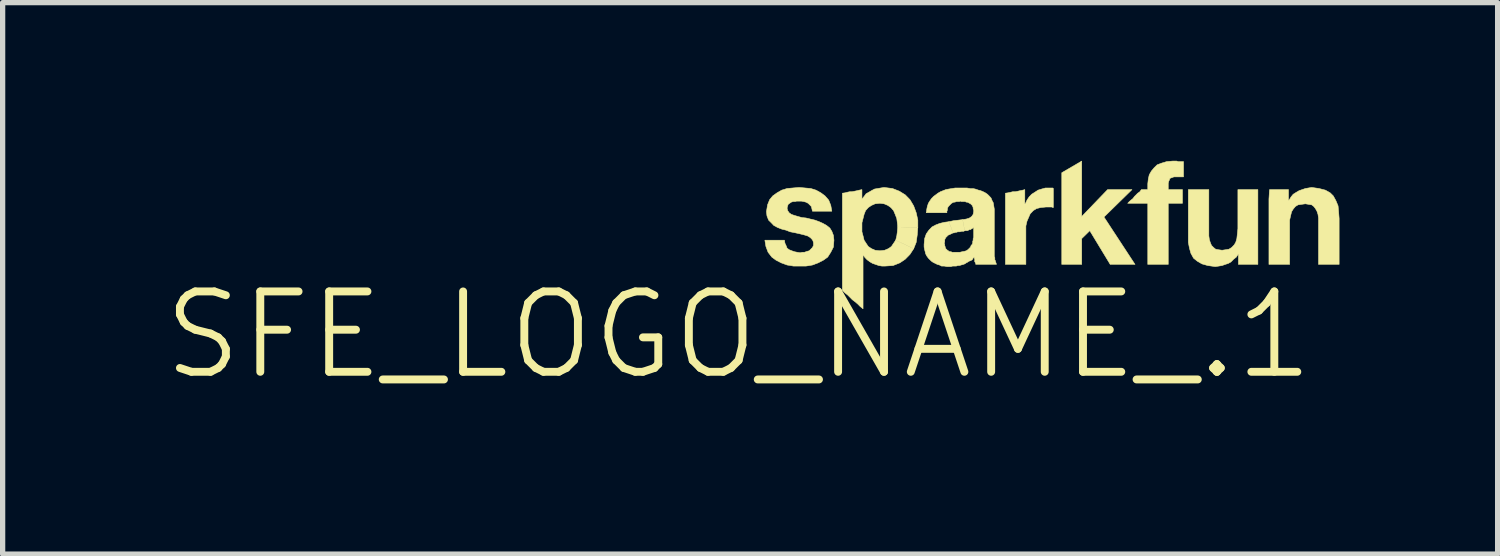
<source format=kicad_pcb>
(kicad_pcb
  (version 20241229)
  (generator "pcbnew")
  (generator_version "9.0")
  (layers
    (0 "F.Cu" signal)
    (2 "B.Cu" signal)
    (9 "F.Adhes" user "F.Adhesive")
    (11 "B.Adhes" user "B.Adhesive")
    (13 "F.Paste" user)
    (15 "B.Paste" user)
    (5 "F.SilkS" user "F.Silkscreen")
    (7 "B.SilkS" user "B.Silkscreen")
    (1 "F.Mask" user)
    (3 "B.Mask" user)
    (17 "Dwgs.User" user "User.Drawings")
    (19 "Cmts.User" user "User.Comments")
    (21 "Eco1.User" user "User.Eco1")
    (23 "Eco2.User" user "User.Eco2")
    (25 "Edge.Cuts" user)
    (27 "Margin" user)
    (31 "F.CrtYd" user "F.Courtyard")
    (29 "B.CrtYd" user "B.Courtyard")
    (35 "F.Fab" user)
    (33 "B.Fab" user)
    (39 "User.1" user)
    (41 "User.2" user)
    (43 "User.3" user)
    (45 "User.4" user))
  (footprint "SFE_LOGO_NAME_.1"
    (layer "F.Cu")
    (at 10.958 3.304)
    (property "Reference" "SFE_LOGO_NAME_.1" (at 0 0 0) (layer "F.SilkS") (effects (font (size 1.524 1.524) (thickness 0.15))))
    (attr exclude_from_pos_files exclude_from_bom)
    (fp_poly (pts (xy 2.979 -1.798) (xy 3 -1.88) (xy 3.01 -1.958) (xy 3.018 -2.05) (xy 3.399 -2.04) (xy 3.388 -1.9) (xy 3.368 -1.758) (xy 3.32 -1.638)) (stroke (width 0.01) (type solid)) (fill yes) (layer "F.SilkS"))
    (fp_poly (pts (xy 6.129 -3.078) (xy 6.507 -3.299) (xy 6.507 -2.248) (xy 6.998 -2.758) (xy 7.46 -2.758) (xy 6.929 -2.238) (xy 7.518 -1.339) (xy 7.048 -1.339) (xy 6.66 -1.979) (xy 6.507 -1.829) (xy 6.507 -1.339) (xy 6.129 -1.339)) (stroke (width 0.01) (type solid)) (fill yes) (layer "F.SilkS"))
    (fp_poly (pts (xy 3.988 -2.149) (xy 4.079 -2.169) (xy 4.168 -2.179) (xy 4.249 -2.189) (xy 4.288 -1.979) (xy 4.27 -1.968) (xy 4.229 -1.968) (xy 4.199 -1.958) (xy 4.158 -1.958) (xy 4.128 -1.948) (xy 4.11 -1.948) (xy 4.089 -1.938) (xy 4.069 -1.938)) (stroke (width 0.01) (type solid)) (fill yes) (layer "F.SilkS"))
    (fp_poly (pts (xy 5.06 -2.69) (xy 5.108 -2.697) (xy 5.159 -2.708) (xy 5.199 -2.718) (xy 5.248 -2.718) (xy 5.298 -2.728) (xy 5.339 -2.738) (xy 5.39 -2.748) (xy 5.428 -2.758) (xy 5.428 -2.489) (xy 5.438 -2.489) (xy 5.469 -2.558) (xy 5.509 -2.619) (xy 5.558 -2.67) (xy 5.618 -2.708) (xy 5.679 -2.748) (xy 5.748 -2.769) (xy 5.819 -2.789) (xy 5.959 -2.789) (xy 5.969 -2.779) (xy 5.969 -2.418) (xy 5.959 -2.418) (xy 5.939 -2.428) (xy 5.829 -2.428) (xy 5.728 -2.418) (xy 5.649 -2.398) (xy 5.588 -2.36) (xy 5.53 -2.299) (xy 5.499 -2.228) (xy 5.469 -2.159) (xy 5.448 -2.068) (xy 5.448 -1.339) (xy 5.06 -1.339) (xy 5.06 -2.52)) (stroke (width 0.01) (type solid)) (fill yes) (layer "F.SilkS"))
    (fp_poly (pts (xy 7.76 -2.499) (xy 7.379 -2.499) (xy 7.409 -2.53) (xy 7.44 -2.558) (xy 7.478 -2.588) (xy 7.508 -2.629) (xy 7.539 -2.659) (xy 7.569 -2.69) (xy 7.61 -2.718) (xy 7.638 -2.758) (xy 7.76 -2.758) (xy 7.76 -2.868) (xy 7.77 -2.959) (xy 7.788 -3.038) (xy 7.828 -3.109) (xy 7.879 -3.17) (xy 7.938 -3.228) (xy 8.019 -3.259) (xy 8.118 -3.289) (xy 8.23 -3.299) (xy 8.308 -3.299) (xy 8.339 -3.289) (xy 8.438 -3.289) (xy 8.438 -3) (xy 8.258 -3) (xy 8.23 -2.99) (xy 8.199 -2.979) (xy 8.179 -2.969) (xy 8.169 -2.939) (xy 8.158 -2.918) (xy 8.148 -2.878) (xy 8.148 -2.758) (xy 8.418 -2.758) (xy 8.418 -2.499) (xy 8.148 -2.499) (xy 8.148 -1.339) (xy 7.76 -1.339) (xy 7.76 -2.349)) (stroke (width 0.01) (type solid)) (fill yes) (layer "F.SilkS"))
    (fp_poly (pts (xy 9.848 -1.339) (xy 9.479 -1.339) (xy 9.479 -1.539) (xy 9.439 -1.478) (xy 9.388 -1.438) (xy 9.34 -1.389) (xy 9.289 -1.359) (xy 9.228 -1.339) (xy 9.169 -1.318) (xy 9.108 -1.308) (xy 9.04 -1.298) (xy 8.898 -1.318) (xy 8.788 -1.349) (xy 8.7 -1.4) (xy 8.628 -1.458) (xy 8.578 -1.549) (xy 8.55 -1.648) (xy 8.529 -1.758) (xy 8.529 -2.758) (xy 8.918 -2.758) (xy 8.918 -1.88) (xy 8.928 -1.808) (xy 8.948 -1.748) (xy 8.969 -1.699) (xy 9.009 -1.659) (xy 9.047 -1.628) (xy 9.098 -1.618) (xy 9.169 -1.608) (xy 9.238 -1.618) (xy 9.299 -1.628) (xy 9.35 -1.659) (xy 9.398 -1.709) (xy 9.428 -1.758) (xy 9.449 -1.829) (xy 9.459 -1.918) (xy 9.469 -2.019) (xy 9.469 -2.758) (xy 9.848 -2.758) (xy 9.848 -1.519)) (stroke (width 0.01) (type solid)) (fill yes) (layer "F.SilkS"))
    (fp_poly (pts (xy 10.069 -2.758) (xy 10.429 -2.758) (xy 10.429 -2.558) (xy 10.439 -2.558) (xy 10.477 -2.619) (xy 10.518 -2.67) (xy 10.579 -2.708) (xy 10.63 -2.738) (xy 10.688 -2.758) (xy 10.749 -2.779) (xy 10.808 -2.789) (xy 10.869 -2.799) (xy 11.008 -2.779) (xy 11.128 -2.748) (xy 11.219 -2.697) (xy 11.278 -2.639) (xy 11.328 -2.548) (xy 11.369 -2.449) (xy 11.379 -2.339) (xy 11.389 -2.21) (xy 11.389 -1.339) (xy 10.998 -1.339) (xy 10.998 -2.22) (xy 10.988 -2.289) (xy 10.968 -2.349) (xy 10.94 -2.398) (xy 10.909 -2.438) (xy 10.869 -2.469) (xy 10.808 -2.479) (xy 10.749 -2.489) (xy 10.678 -2.479) (xy 10.61 -2.469) (xy 10.559 -2.438) (xy 10.518 -2.388) (xy 10.488 -2.339) (xy 10.47 -2.268) (xy 10.45 -2.179) (xy 10.45 -1.339) (xy 10.058 -1.339) (xy 10.058 -2.578)) (stroke (width 0.01) (type solid)) (fill yes) (layer "F.SilkS"))
    (fp_poly (pts (xy 3.32 -1.638) (xy 3.249 -1.529) (xy 3.16 -1.438) (xy 3.058 -1.369) (xy 2.929 -1.318) (xy 2.779 -1.308) (xy 2.718 -1.308) (xy 2.659 -1.318) (xy 2.598 -1.339) (xy 2.54 -1.359) (xy 2.489 -1.389) (xy 2.438 -1.427) (xy 2.398 -1.468) (xy 2.36 -1.519) (xy 2.36 -0.498) (xy 2.309 -0.538) (xy 2.258 -0.589) (xy 2.21 -0.63) (xy 2.159 -0.668) (xy 2.108 -0.719) (xy 2.068 -0.759) (xy 2.019 -0.798) (xy 1.968 -0.848) (xy 1.968 -2.69) (xy 2.019 -2.697) (xy 2.06 -2.708) (xy 2.108 -2.718) (xy 2.149 -2.718) (xy 2.2 -2.728) (xy 2.248 -2.738) (xy 2.289 -2.748) (xy 2.339 -2.758) (xy 2.339 -2.578) (xy 2.38 -2.629) (xy 2.418 -2.68) (xy 2.469 -2.708) (xy 2.52 -2.738) (xy 2.578 -2.769) (xy 2.639 -2.779) (xy 2.697 -2.789) (xy 2.758 -2.799) (xy 2.918 -2.779) (xy 3.048 -2.728) (xy 3.16 -2.659) (xy 3.249 -2.568) (xy 3.32 -2.449) (xy 3.368 -2.319) (xy 3.399 -2.179) (xy 3.399 -2.04) (xy 3.018 -2.05) (xy 3.01 -2.129) (xy 3 -2.21) (xy 2.969 -2.289) (xy 2.939 -2.36) (xy 2.888 -2.418) (xy 2.83 -2.459) (xy 2.758 -2.489) (xy 2.68 -2.499) (xy 2.588 -2.489) (xy 2.52 -2.459) (xy 2.459 -2.418) (xy 2.408 -2.36) (xy 2.38 -2.289) (xy 2.36 -2.21) (xy 2.339 -2.129) (xy 2.339 -1.958) (xy 2.36 -1.88) (xy 2.38 -1.798) (xy 2.418 -1.74) (xy 2.459 -1.679) (xy 2.52 -1.638) (xy 2.588 -1.608) (xy 2.68 -1.598) (xy 2.769 -1.608) (xy 2.84 -1.638) (xy 2.898 -1.679) (xy 2.939 -1.74) (xy 2.979 -1.798)) (stroke (width 0.01) (type solid)) (fill yes) (layer "F.SilkS"))
    (fp_poly (pts (xy 0.869 -1.798) (xy 0.879 -1.74) (xy 0.899 -1.699) (xy 0.919 -1.648) (xy 0.958 -1.618) (xy 1.008 -1.598) (xy 1.059 -1.58) (xy 1.11 -1.57) (xy 1.168 -1.56) (xy 1.209 -1.57) (xy 1.25 -1.57) (xy 1.298 -1.587) (xy 1.339 -1.598) (xy 1.369 -1.628) (xy 1.4 -1.659) (xy 1.42 -1.699) (xy 1.42 -1.748) (xy 1.41 -1.788) (xy 1.389 -1.819) (xy 1.359 -1.849) (xy 1.308 -1.88) (xy 1.24 -1.9) (xy 1.168 -1.918) (xy 1.079 -1.938) (xy 0.978 -1.958) (xy 0.899 -1.989) (xy 0.818 -2.009) (xy 0.739 -2.04) (xy 0.668 -2.078) (xy 0.62 -2.129) (xy 0.569 -2.179) (xy 0.538 -2.258) (xy 0.528 -2.339) (xy 0.549 -2.469) (xy 0.589 -2.568) (xy 0.648 -2.639) (xy 0.729 -2.697) (xy 0.818 -2.748) (xy 0.919 -2.779) (xy 1.029 -2.789) (xy 1.148 -2.799) (xy 1.26 -2.789) (xy 1.369 -2.779) (xy 1.468 -2.748) (xy 1.56 -2.697) (xy 1.638 -2.639) (xy 1.709 -2.558) (xy 1.748 -2.459) (xy 1.768 -2.349) (xy 1.4 -2.349) (xy 1.389 -2.398) (xy 1.379 -2.438) (xy 1.349 -2.469) (xy 1.318 -2.499) (xy 1.278 -2.52) (xy 1.24 -2.53) (xy 1.189 -2.54) (xy 1.1 -2.54) (xy 1.069 -2.53) (xy 1.029 -2.53) (xy 0.998 -2.52) (xy 0.968 -2.499) (xy 0.94 -2.479) (xy 0.93 -2.449) (xy 0.919 -2.408) (xy 0.93 -2.36) (xy 0.958 -2.319) (xy 0.998 -2.289) (xy 1.059 -2.268) (xy 1.128 -2.248) (xy 1.199 -2.228) (xy 1.278 -2.22) (xy 1.359 -2.2) (xy 1.448 -2.179) (xy 1.529 -2.149) (xy 1.598 -2.118) (xy 1.669 -2.078) (xy 1.73 -2.029) (xy 1.768 -1.968) (xy 1.798 -1.89) (xy 1.808 -1.798) (xy 1.798 -1.669) (xy 1.748 -1.57) (xy 1.689 -1.478) (xy 1.608 -1.42) (xy 1.509 -1.369) (xy 1.4 -1.328) (xy 1.278 -1.308) (xy 1.039 -1.308) (xy 0.919 -1.328) (xy 0.808 -1.369) (xy 0.709 -1.42) (xy 0.63 -1.478) (xy 0.559 -1.57) (xy 0.518 -1.679) (xy 0.498 -1.798) (xy 0.818 -1.798)) (stroke (width 0.01) (type solid)) (fill yes) (layer "F.SilkS"))
    (fp_poly (pts (xy 4.069 -1.938) (xy 4.049 -1.928) (xy 4.028 -1.918) (xy 4.008 -1.908) (xy 3.988 -1.9) (xy 3.967 -1.89) (xy 3.96 -1.88) (xy 3.95 -1.869) (xy 3.929 -1.849) (xy 3.919 -1.829) (xy 3.909 -1.808) (xy 3.909 -1.768) (xy 3.899 -1.74) (xy 3.909 -1.72) (xy 3.909 -1.699) (xy 3.919 -1.669) (xy 3.919 -1.659) (xy 3.929 -1.638) (xy 3.95 -1.618) (xy 3.96 -1.608) (xy 3.978 -1.598) (xy 3.988 -1.587) (xy 4.008 -1.58) (xy 4.028 -1.58) (xy 4.049 -1.57) (xy 4.199 -1.57) (xy 4.239 -1.58) (xy 4.28 -1.587) (xy 4.318 -1.598) (xy 4.348 -1.618) (xy 4.379 -1.648) (xy 4.399 -1.669) (xy 4.409 -1.699) (xy 4.43 -1.72) (xy 4.44 -1.748) (xy 4.44 -1.778) (xy 4.448 -1.798) (xy 4.448 -1.829) (xy 4.458 -1.849) (xy 4.458 -2.04) (xy 4.44 -2.029) (xy 4.43 -2.019) (xy 4.409 -2.009) (xy 4.399 -1.999) (xy 4.379 -1.999) (xy 4.359 -1.989) (xy 4.338 -1.979) (xy 4.288 -1.979) (xy 4.249 -2.189) (xy 4.318 -2.2) (xy 4.379 -2.22) (xy 4.42 -2.248) (xy 4.448 -2.289) (xy 4.458 -2.339) (xy 4.458 -2.37) (xy 4.448 -2.398) (xy 4.448 -2.418) (xy 4.44 -2.438) (xy 4.43 -2.459) (xy 4.409 -2.479) (xy 4.399 -2.489) (xy 4.379 -2.499) (xy 4.359 -2.51) (xy 4.338 -2.52) (xy 4.318 -2.52) (xy 4.298 -2.53) (xy 4.229 -2.53) (xy 4.209 -2.54) (xy 4.178 -2.53) (xy 4.128 -2.53) (xy 4.1 -2.52) (xy 4.079 -2.52) (xy 4.059 -2.51) (xy 4.039 -2.499) (xy 4.028 -2.489) (xy 4.008 -2.469) (xy 3.998 -2.459) (xy 3.978 -2.438) (xy 3.967 -2.418) (xy 3.96 -2.398) (xy 3.96 -2.37) (xy 3.95 -2.349) (xy 3.95 -2.319) (xy 3.559 -2.319) (xy 3.569 -2.388) (xy 3.579 -2.438) (xy 3.599 -2.499) (xy 3.63 -2.548) (xy 3.658 -2.588) (xy 3.698 -2.629) (xy 3.739 -2.659) (xy 3.78 -2.69) (xy 3.828 -2.718) (xy 3.879 -2.738) (xy 3.929 -2.758) (xy 3.988 -2.769) (xy 4.049 -2.779) (xy 4.11 -2.789) (xy 4.328 -2.789) (xy 4.389 -2.779) (xy 4.44 -2.779) (xy 4.488 -2.769) (xy 4.549 -2.748) (xy 4.59 -2.738) (xy 4.638 -2.718) (xy 4.679 -2.697) (xy 4.719 -2.67) (xy 4.76 -2.629) (xy 4.788 -2.598) (xy 4.808 -2.548) (xy 4.829 -2.51) (xy 4.839 -2.449) (xy 4.849 -2.388) (xy 4.849 -1.488) (xy 4.859 -1.468) (xy 4.859 -1.427) (xy 4.869 -1.41) (xy 4.869 -1.4) (xy 4.879 -1.379) (xy 4.879 -1.369) (xy 4.889 -1.349) (xy 4.889 -1.339) (xy 4.498 -1.339) (xy 4.498 -1.359) (xy 4.488 -1.369) (xy 4.488 -1.379) (xy 4.478 -1.389) (xy 4.478 -1.448) (xy 4.468 -1.458) (xy 4.468 -1.478) (xy 4.448 -1.458) (xy 4.43 -1.427) (xy 4.399 -1.41) (xy 4.369 -1.4) (xy 4.338 -1.379) (xy 4.318 -1.369) (xy 4.288 -1.349) (xy 4.26 -1.339) (xy 4.219 -1.328) (xy 4.188 -1.318) (xy 4.158 -1.318) (xy 4.128 -1.308) (xy 4.059 -1.308) (xy 4.028 -1.298) (xy 3.95 -1.298) (xy 3.899 -1.308) (xy 3.848 -1.308) (xy 3.81 -1.328) (xy 3.769 -1.339) (xy 3.729 -1.359) (xy 3.688 -1.379) (xy 3.658 -1.4) (xy 3.63 -1.427) (xy 3.599 -1.458) (xy 3.569 -1.499) (xy 3.548 -1.539) (xy 3.538 -1.58) (xy 3.528 -1.618) (xy 3.518 -1.669) (xy 3.518 -1.72) (xy 3.528 -1.829) (xy 3.559 -1.918) (xy 3.609 -1.989) (xy 3.668 -2.05) (xy 3.739 -2.088) (xy 3.818 -2.118) (xy 3.909 -2.139) (xy 3.988 -2.149)) (stroke (width 0.01) (type solid)) (fill yes) (layer "F.SilkS")))
  (gr_rect
    (start -3 -3)
    (end 25.353 7.459)
    (stroke (width 0.1) (type default))
    (fill no)
    (layer "Edge.Cuts")))
</source>
